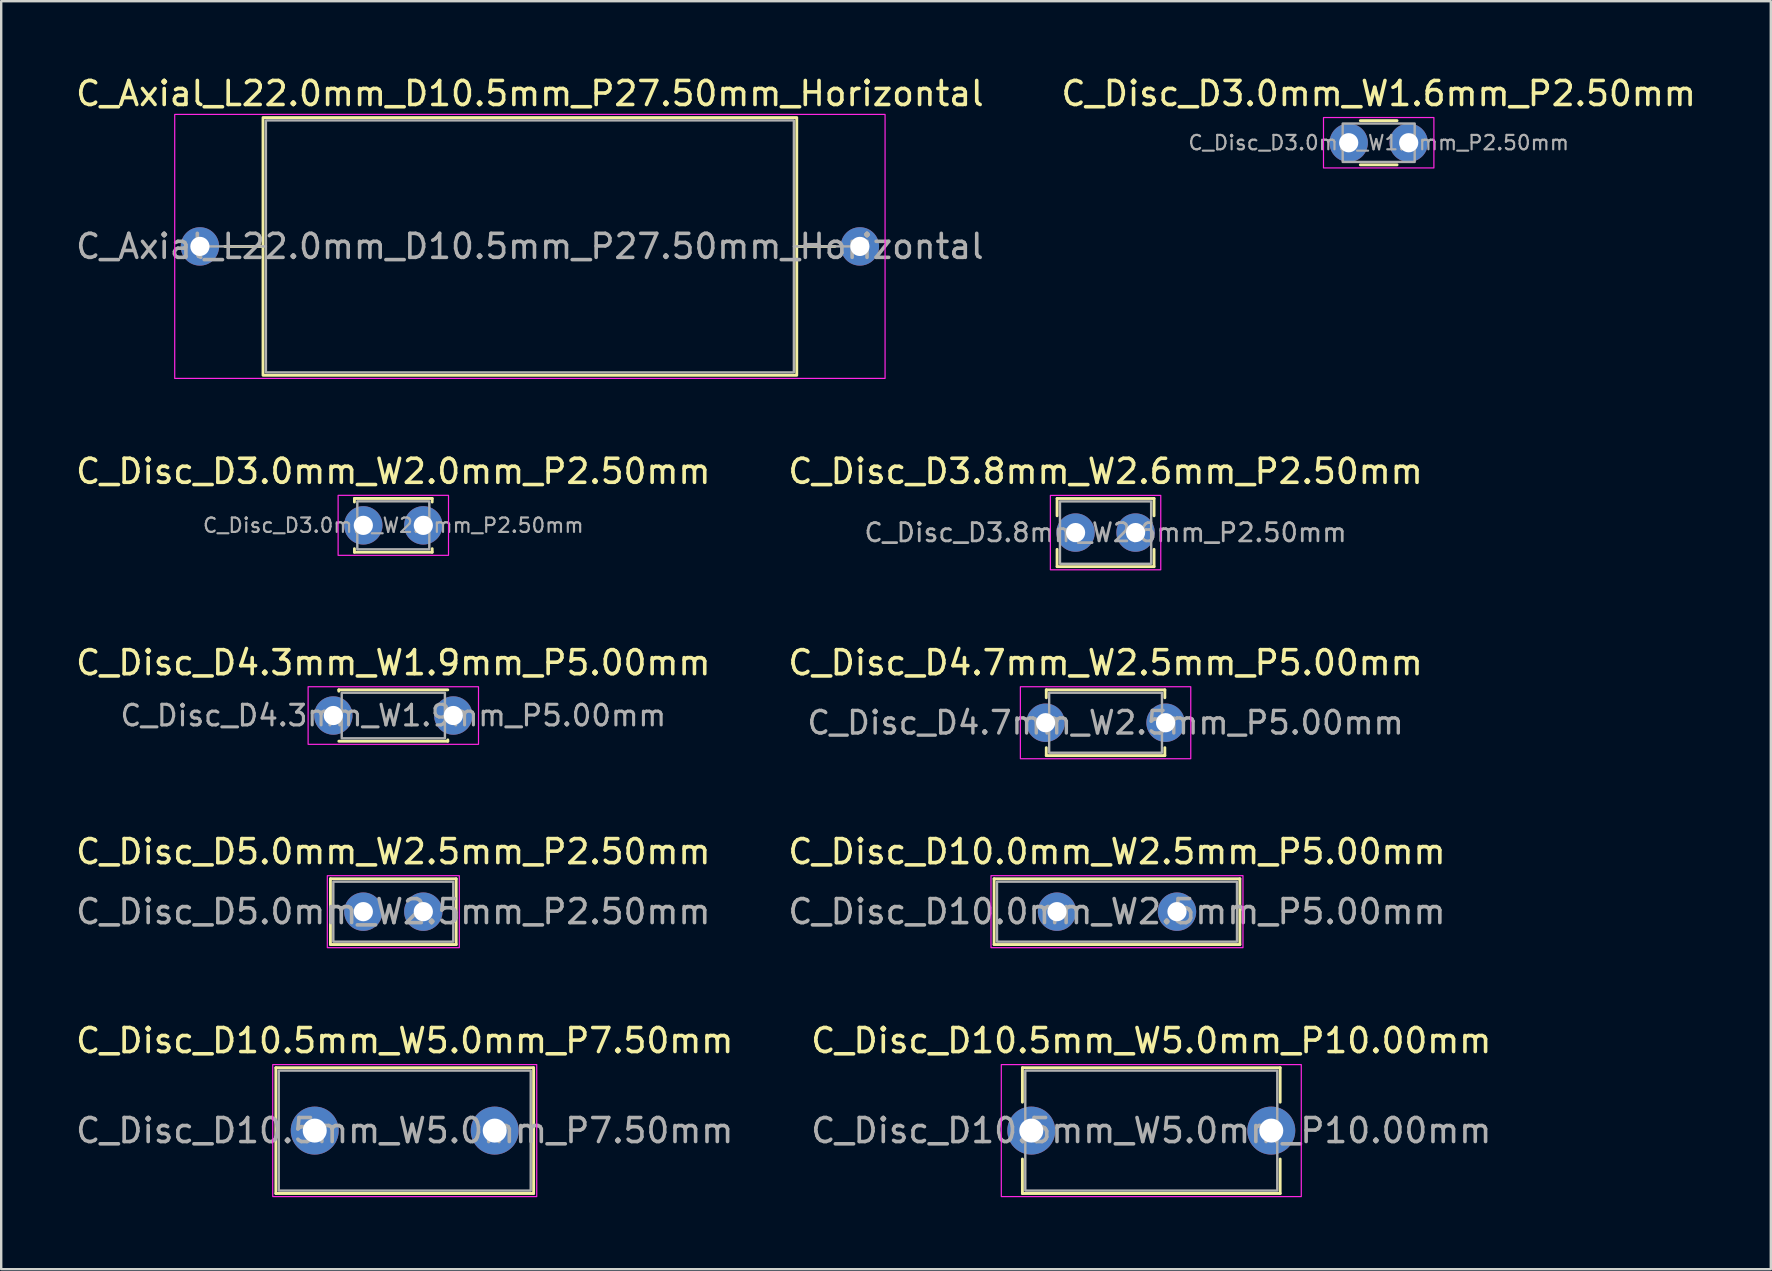
<source format=kicad_pcb>
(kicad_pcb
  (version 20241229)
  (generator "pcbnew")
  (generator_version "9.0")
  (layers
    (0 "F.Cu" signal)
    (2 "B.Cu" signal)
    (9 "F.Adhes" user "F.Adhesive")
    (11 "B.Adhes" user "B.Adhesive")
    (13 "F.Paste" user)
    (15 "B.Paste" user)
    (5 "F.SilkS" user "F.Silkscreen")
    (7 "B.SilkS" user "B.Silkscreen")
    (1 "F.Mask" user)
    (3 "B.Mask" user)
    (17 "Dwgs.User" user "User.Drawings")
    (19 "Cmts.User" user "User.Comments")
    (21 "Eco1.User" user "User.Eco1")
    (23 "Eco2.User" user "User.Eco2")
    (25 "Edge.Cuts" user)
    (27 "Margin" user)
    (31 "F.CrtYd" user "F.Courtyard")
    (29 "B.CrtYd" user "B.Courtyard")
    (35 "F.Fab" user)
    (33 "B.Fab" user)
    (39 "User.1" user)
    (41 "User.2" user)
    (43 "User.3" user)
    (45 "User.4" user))
  (footprint "C_Disc_D4.7mm_W2.5mm_P5.00mm"
    (layer "F.Cu")
    (at 40.518 27.065)
    (property "Reference" "C_Disc_D4.7mm_W2.5mm_P5.00mm" (at 2.5 -2.5 0) (layer "F.SilkS") (effects (font (size 1 1) (thickness 0.15))))
    (attr through_hole)
    (fp_line (start 0.03 -1.37) (end 4.97 -1.37) (stroke (width 0.12) (type solid)) (layer "F.SilkS"))
    (fp_line (start 0.03 -1.04) (end 0.03 -1.37) (stroke (width 0.12) (type solid)) (layer "F.SilkS"))
    (fp_line (start 0.03 1.37) (end 0.03 1.04) (stroke (width 0.12) (type solid)) (layer "F.SilkS"))
    (fp_line (start 4.97 -1.37) (end 4.97 -1.04) (stroke (width 0.12) (type solid)) (layer "F.SilkS"))
    (fp_line (start 4.97 1.04) (end 4.97 1.37) (stroke (width 0.12) (type solid)) (layer "F.SilkS"))
    (fp_line (start 4.97 1.37) (end 0.03 1.37) (stroke (width 0.12) (type solid)) (layer "F.SilkS"))
    (fp_rect (start -1.05 -1.5) (end 6.05 1.5) (stroke (width 0.05) (type solid)) (fill no) (layer "F.CrtYd"))
    (fp_rect (start 0.15 -1.25) (end 4.85 1.25) (stroke (width 0.1) (type solid)) (fill no) (layer "F.Fab"))
    (fp_text user "${REFERENCE}" (at 2.5 0 0) (layer "F.Fab") (effects (font (size 0.94 0.94) (thickness 0.141))))
    (pad "1" thru_hole circle (at 0 0) (size 1.6 1.6) (drill 0.8) (layers "*.Cu" "*.Mask"))
    (pad "2" thru_hole circle (at 5 0) (size 1.6 1.6) (drill 0.8) (layers "*.Cu" "*.Mask")))
  (footprint "C_Disc_D3.0mm_W1.6mm_P2.50mm"
    (layer "F.Cu")
    (at 53.149 2.898)
    (property "Reference" "C_Disc_D3.0mm_W1.6mm_P2.50mm" (at 1.25 -2.05 0) (layer "F.SilkS") (effects (font (size 1 1) (thickness 0.15))))
    (attr through_hole)
    (fp_line (start 0.485 -0.92) (end 2.015 -0.92) (stroke (width 0.12) (type solid)) (layer "F.SilkS"))
    (fp_line (start 2.015 0.92) (end 0.485 0.92) (stroke (width 0.12) (type solid)) (layer "F.SilkS"))
    (fp_rect (start -1.05 -1.05) (end 3.55 1.05) (stroke (width 0.05) (type solid)) (fill no) (layer "F.CrtYd"))
    (fp_rect (start -0.25 -0.8) (end 2.75 0.8) (stroke (width 0.1) (type solid)) (fill no) (layer "F.Fab"))
    (fp_text user "${REFERENCE}" (at 1.25 0 0) (layer "F.Fab") (effects (font (size 0.6 0.6) (thickness 0.09))))
    (pad "1" thru_hole circle (at 0 0) (size 1.6 1.6) (drill 0.8) (layers "*.Cu" "*.Mask"))
    (pad "2" thru_hole circle (at 2.5 0) (size 1.6 1.6) (drill 0.8) (layers "*.Cu" "*.Mask")))
  (footprint "C_Disc_D3.0mm_W2.0mm_P2.50mm"
    (layer "F.Cu")
    (at 12.089 18.841)
    (property "Reference" "C_Disc_D3.0mm_W2.0mm_P2.50mm" (at 1.25 -2.25 0) (layer "F.SilkS") (effects (font (size 1 1) (thickness 0.15))))
    (attr through_hole)
    (fp_line (start -0.37 -1.12) (end 2.87 -1.12) (stroke (width 0.12) (type solid)) (layer "F.SilkS"))
    (fp_line (start -0.37 -0.972) (end -0.37 -1.12) (stroke (width 0.12) (type solid)) (layer "F.SilkS"))
    (fp_line (start -0.37 1.12) (end -0.37 0.972) (stroke (width 0.12) (type solid)) (layer "F.SilkS"))
    (fp_line (start 2.87 -1.12) (end 2.87 -0.972) (stroke (width 0.12) (type solid)) (layer "F.SilkS"))
    (fp_line (start 2.87 0.972) (end 2.87 1.12) (stroke (width 0.12) (type solid)) (layer "F.SilkS"))
    (fp_line (start 2.87 1.12) (end -0.37 1.12) (stroke (width 0.12) (type solid)) (layer "F.SilkS"))
    (fp_rect (start -1.05 -1.25) (end 3.55 1.25) (stroke (width 0.05) (type solid)) (fill no) (layer "F.CrtYd"))
    (fp_rect (start -0.25 -1) (end 2.75 1) (stroke (width 0.1) (type solid)) (fill no) (layer "F.Fab"))
    (fp_text user "${REFERENCE}" (at 1.25 0 0) (layer "F.Fab") (effects (font (size 0.6 0.6) (thickness 0.09))))
    (pad "1" thru_hole circle (at 0 0) (size 1.6 1.6) (drill 0.8) (layers "*.Cu" "*.Mask"))
    (pad "2" thru_hole circle (at 2.5 0) (size 1.6 1.6) (drill 0.8) (layers "*.Cu" "*.Mask")))
  (footprint "C_Disc_D10.5mm_W5.0mm_P7.50mm"
    (layer "F.Cu")
    (at 10.065 44.061)
    (property "Reference" "C_Disc_D10.5mm_W5.0mm_P7.50mm" (at 3.75 -3.75 0) (layer "F.SilkS") (effects (font (size 1 1) (thickness 0.15))))
    (attr through_hole)
    (fp_line (start -1.62 -2.62) (end 9.12 -2.62) (stroke (width 0.12) (type solid)) (layer "F.SilkS"))
    (fp_line (start -1.62 2.62) (end -1.62 -2.62) (stroke (width 0.12) (type solid)) (layer "F.SilkS"))
    (fp_line (start 9.12 -2.62) (end 9.12 2.62) (stroke (width 0.12) (type solid)) (layer "F.SilkS"))
    (fp_line (start 9.12 2.62) (end -1.62 2.62) (stroke (width 0.12) (type solid)) (layer "F.SilkS"))
    (fp_rect (start -1.75 -2.75) (end 9.25 2.75) (stroke (width 0.05) (type solid)) (fill no) (layer "F.CrtYd"))
    (fp_rect (start -1.5 -2.5) (end 9 2.5) (stroke (width 0.1) (type solid)) (fill no) (layer "F.Fab"))
    (fp_text user "${REFERENCE}" (at 3.75 0 0) (layer "F.Fab") (effects (font (size 1 1) (thickness 0.15))))
    (pad "1" thru_hole circle (at 0 0) (size 2 2) (drill 1) (layers "*.Cu" "*.Mask"))
    (pad "2" thru_hole circle (at 7.5 0) (size 2 2) (drill 1) (layers "*.Cu" "*.Mask")))
  (footprint "C_Axial_L22.0mm_D10.5mm_P27.50mm_Horizontal"
    (layer "F.Cu")
    (at 5.28 7.218)
    (property "Reference" "C_Axial_L22.0mm_D10.5mm_P27.50mm_Horizontal" (at 13.75 -6.37 0) (layer "F.SilkS") (effects (font (size 1 1) (thickness 0.15))))
    (attr through_hole)
    (fp_line (start 1.04 0) (end 2.63 0) (stroke (width 0.12) (type solid)) (layer "F.SilkS"))
    (fp_line (start 26.46 0) (end 24.87 0) (stroke (width 0.12) (type solid)) (layer "F.SilkS"))
    (fp_rect (start 2.63 -5.37) (end 24.87 5.37) (stroke (width 0.12) (type solid)) (fill no) (layer "F.SilkS"))
    (fp_rect (start -1.05 -5.5) (end 28.55 5.5) (stroke (width 0.05) (type solid)) (fill no) (layer "F.CrtYd"))
    (fp_line (start 0 0) (end 2.75 0) (stroke (width 0.1) (type solid)) (layer "F.Fab"))
    (fp_line (start 27.5 0) (end 24.75 0) (stroke (width 0.1) (type solid)) (layer "F.Fab"))
    (fp_rect (start 2.75 -5.25) (end 24.75 5.25) (stroke (width 0.1) (type solid)) (fill no) (layer "F.Fab"))
    (fp_text user "${REFERENCE}" (at 13.75 0 0) (layer "F.Fab") (effects (font (size 1 1) (thickness 0.15))))
    (pad "1" thru_hole circle (at 0 0) (size 1.6 1.6) (drill 0.8) (layers "*.Cu" "*.Mask"))
    (pad "2" thru_hole circle (at 27.5 0) (size 1.6 1.6) (drill 0.8) (layers "*.Cu" "*.Mask")))
  (footprint "C_Disc_D3.8mm_W2.6mm_P2.50mm"
    (layer "F.Cu")
    (at 41.768 19.142)
    (property "Reference" "C_Disc_D3.8mm_W2.6mm_P2.50mm" (at 1.25 -2.55 0) (layer "F.SilkS") (effects (font (size 1 1) (thickness 0.15))))
    (attr through_hole)
    (fp_line (start -0.77 -1.42) (end 3.27 -1.42) (stroke (width 0.12) (type solid)) (layer "F.SilkS"))
    (fp_line (start -0.77 -0.699) (end -0.77 -1.42) (stroke (width 0.12) (type solid)) (layer "F.SilkS"))
    (fp_line (start -0.77 1.42) (end -0.77 0.699) (stroke (width 0.12) (type solid)) (layer "F.SilkS"))
    (fp_line (start 3.27 -1.42) (end 3.27 -0.699) (stroke (width 0.12) (type solid)) (layer "F.SilkS"))
    (fp_line (start 3.27 0.699) (end 3.27 1.42) (stroke (width 0.12) (type solid)) (layer "F.SilkS"))
    (fp_line (start 3.27 1.42) (end -0.77 1.42) (stroke (width 0.12) (type solid)) (layer "F.SilkS"))
    (fp_rect (start -1.05 -1.55) (end 3.55 1.55) (stroke (width 0.05) (type solid)) (fill no) (layer "F.CrtYd"))
    (fp_rect (start -0.65 -1.3) (end 3.15 1.3) (stroke (width 0.1) (type solid)) (fill no) (layer "F.Fab"))
    (fp_text user "${REFERENCE}" (at 1.25 0 0) (layer "F.Fab") (effects (font (size 0.76 0.76) (thickness 0.114))))
    (pad "1" thru_hole circle (at 0 0) (size 1.6 1.6) (drill 0.8) (layers "*.Cu" "*.Mask"))
    (pad "2" thru_hole circle (at 2.5 0) (size 1.6 1.6) (drill 0.8) (layers "*.Cu" "*.Mask")))
  (footprint "C_Disc_D10.5mm_W5.0mm_P10.00mm"
    (layer "F.Cu")
    (at 39.923 44.061)
    (property "Reference" "C_Disc_D10.5mm_W5.0mm_P10.00mm" (at 5 -3.75 0) (layer "F.SilkS") (effects (font (size 1 1) (thickness 0.15))))
    (attr through_hole)
    (fp_line (start -0.37 -2.62) (end 10.37 -2.62) (stroke (width 0.12) (type solid)) (layer "F.SilkS"))
    (fp_line (start -0.37 -1.184) (end -0.37 -2.62) (stroke (width 0.12) (type solid)) (layer "F.SilkS"))
    (fp_line (start -0.37 2.62) (end -0.37 1.184) (stroke (width 0.12) (type solid)) (layer "F.SilkS"))
    (fp_line (start 10.37 -2.62) (end 10.37 -1.184) (stroke (width 0.12) (type solid)) (layer "F.SilkS"))
    (fp_line (start 10.37 1.184) (end 10.37 2.62) (stroke (width 0.12) (type solid)) (layer "F.SilkS"))
    (fp_line (start 10.37 2.62) (end -0.37 2.62) (stroke (width 0.12) (type solid)) (layer "F.SilkS"))
    (fp_rect (start -1.25 -2.75) (end 11.25 2.75) (stroke (width 0.05) (type solid)) (fill no) (layer "F.CrtYd"))
    (fp_rect (start -0.25 -2.5) (end 10.25 2.5) (stroke (width 0.1) (type solid)) (fill no) (layer "F.Fab"))
    (fp_text user "${REFERENCE}" (at 5 0 0) (layer "F.Fab") (effects (font (size 1 1) (thickness 0.15))))
    (pad "1" thru_hole circle (at 0 0) (size 2 2) (drill 1) (layers "*.Cu" "*.Mask"))
    (pad "2" thru_hole circle (at 10 0) (size 2 2) (drill 1) (layers "*.Cu" "*.Mask")))
  (footprint "C_Disc_D4.3mm_W1.9mm_P5.00mm"
    (layer "F.Cu")
    (at 10.839 26.765)
    (property "Reference" "C_Disc_D4.3mm_W1.9mm_P5.00mm" (at 2.5 -2.2 0) (layer "F.SilkS") (effects (font (size 1 1) (thickness 0.15))))
    (attr through_hole)
    (fp_line (start 0.23 -1.07) (end 4.77 -1.07) (stroke (width 0.12) (type solid)) (layer "F.SilkS"))
    (fp_line (start 0.23 -1.014) (end 0.23 -1.07) (stroke (width 0.12) (type solid)) (layer "F.SilkS"))
    (fp_line (start 4.77 1.014) (end 4.77 1.07) (stroke (width 0.12) (type solid)) (layer "F.SilkS"))
    (fp_line (start 4.77 1.07) (end 0.23 1.07) (stroke (width 0.12) (type solid)) (layer "F.SilkS"))
    (fp_rect (start -1.05 -1.2) (end 6.05 1.2) (stroke (width 0.05) (type solid)) (fill no) (layer "F.CrtYd"))
    (fp_rect (start 0.35 -0.95) (end 4.65 0.95) (stroke (width 0.1) (type solid)) (fill no) (layer "F.Fab"))
    (fp_text user "${REFERENCE}" (at 2.5 0 0) (layer "F.Fab") (effects (font (size 0.86 0.86) (thickness 0.129))))
    (pad "1" thru_hole circle (at 0 0) (size 1.6 1.6) (drill 0.8) (layers "*.Cu" "*.Mask"))
    (pad "2" thru_hole circle (at 5 0) (size 1.6 1.6) (drill 0.8) (layers "*.Cu" "*.Mask")))
  (footprint "C_Disc_D5.0mm_W2.5mm_P2.50mm"
    (layer "F.Cu")
    (at 12.089 34.938)
    (property "Reference" "C_Disc_D5.0mm_W2.5mm_P2.50mm" (at 1.25 -2.5 0) (layer "F.SilkS") (effects (font (size 1 1) (thickness 0.15))))
    (attr through_hole)
    (fp_line (start -1.37 -1.37) (end 3.87 -1.37) (stroke (width 0.12) (type solid)) (layer "F.SilkS"))
    (fp_line (start -1.37 1.37) (end -1.37 -1.37) (stroke (width 0.12) (type solid)) (layer "F.SilkS"))
    (fp_line (start 3.87 -1.37) (end 3.87 1.37) (stroke (width 0.12) (type solid)) (layer "F.SilkS"))
    (fp_line (start 3.87 1.37) (end -1.37 1.37) (stroke (width 0.12) (type solid)) (layer "F.SilkS"))
    (fp_rect (start -1.5 -1.5) (end 4 1.5) (stroke (width 0.05) (type solid)) (fill no) (layer "F.CrtYd"))
    (fp_rect (start -1.25 -1.25) (end 3.75 1.25) (stroke (width 0.1) (type solid)) (fill no) (layer "F.Fab"))
    (fp_text user "${REFERENCE}" (at 1.25 0 0) (layer "F.Fab") (effects (font (size 1 1) (thickness 0.15))))
    (pad "1" thru_hole circle (at 0 0) (size 1.6 1.6) (drill 0.8) (layers "*.Cu" "*.Mask"))
    (pad "2" thru_hole circle (at 2.5 0) (size 1.6 1.6) (drill 0.8) (layers "*.Cu" "*.Mask")))
  (footprint "C_Disc_D10.0mm_W2.5mm_P5.00mm"
    (layer "F.Cu")
    (at 40.994 34.938)
    (property "Reference" "C_Disc_D10.0mm_W2.5mm_P5.00mm" (at 2.5 -2.5 0) (layer "F.SilkS") (effects (font (size 1 1) (thickness 0.15))))
    (attr through_hole)
    (fp_line (start -2.62 -1.37) (end 7.62 -1.37) (stroke (width 0.12) (type solid)) (layer "F.SilkS"))
    (fp_line (start -2.62 1.37) (end -2.62 -1.37) (stroke (width 0.12) (type solid)) (layer "F.SilkS"))
    (fp_line (start 7.62 -1.37) (end 7.62 1.37) (stroke (width 0.12) (type solid)) (layer "F.SilkS"))
    (fp_line (start 7.62 1.37) (end -2.62 1.37) (stroke (width 0.12) (type solid)) (layer "F.SilkS"))
    (fp_rect (start -2.75 -1.5) (end 7.75 1.5) (stroke (width 0.05) (type solid)) (fill no) (layer "F.CrtYd"))
    (fp_rect (start -2.5 -1.25) (end 7.5 1.25) (stroke (width 0.1) (type solid)) (fill no) (layer "F.Fab"))
    (fp_text user "${REFERENCE}" (at 2.5 0 0) (layer "F.Fab") (effects (font (size 1 1) (thickness 0.15))))
    (pad "1" thru_hole circle (at 0 0) (size 1.6 1.6) (drill 0.8) (layers "*.Cu" "*.Mask"))
    (pad "2" thru_hole circle (at 5 0) (size 1.6 1.6) (drill 0.8) (layers "*.Cu" "*.Mask")))
  (gr_rect
    (start -3 -3)
    (end 70.738 49.836)
    (stroke (width 0.1) (type default))
    (fill no)
    (layer "Edge.Cuts")))
</source>
